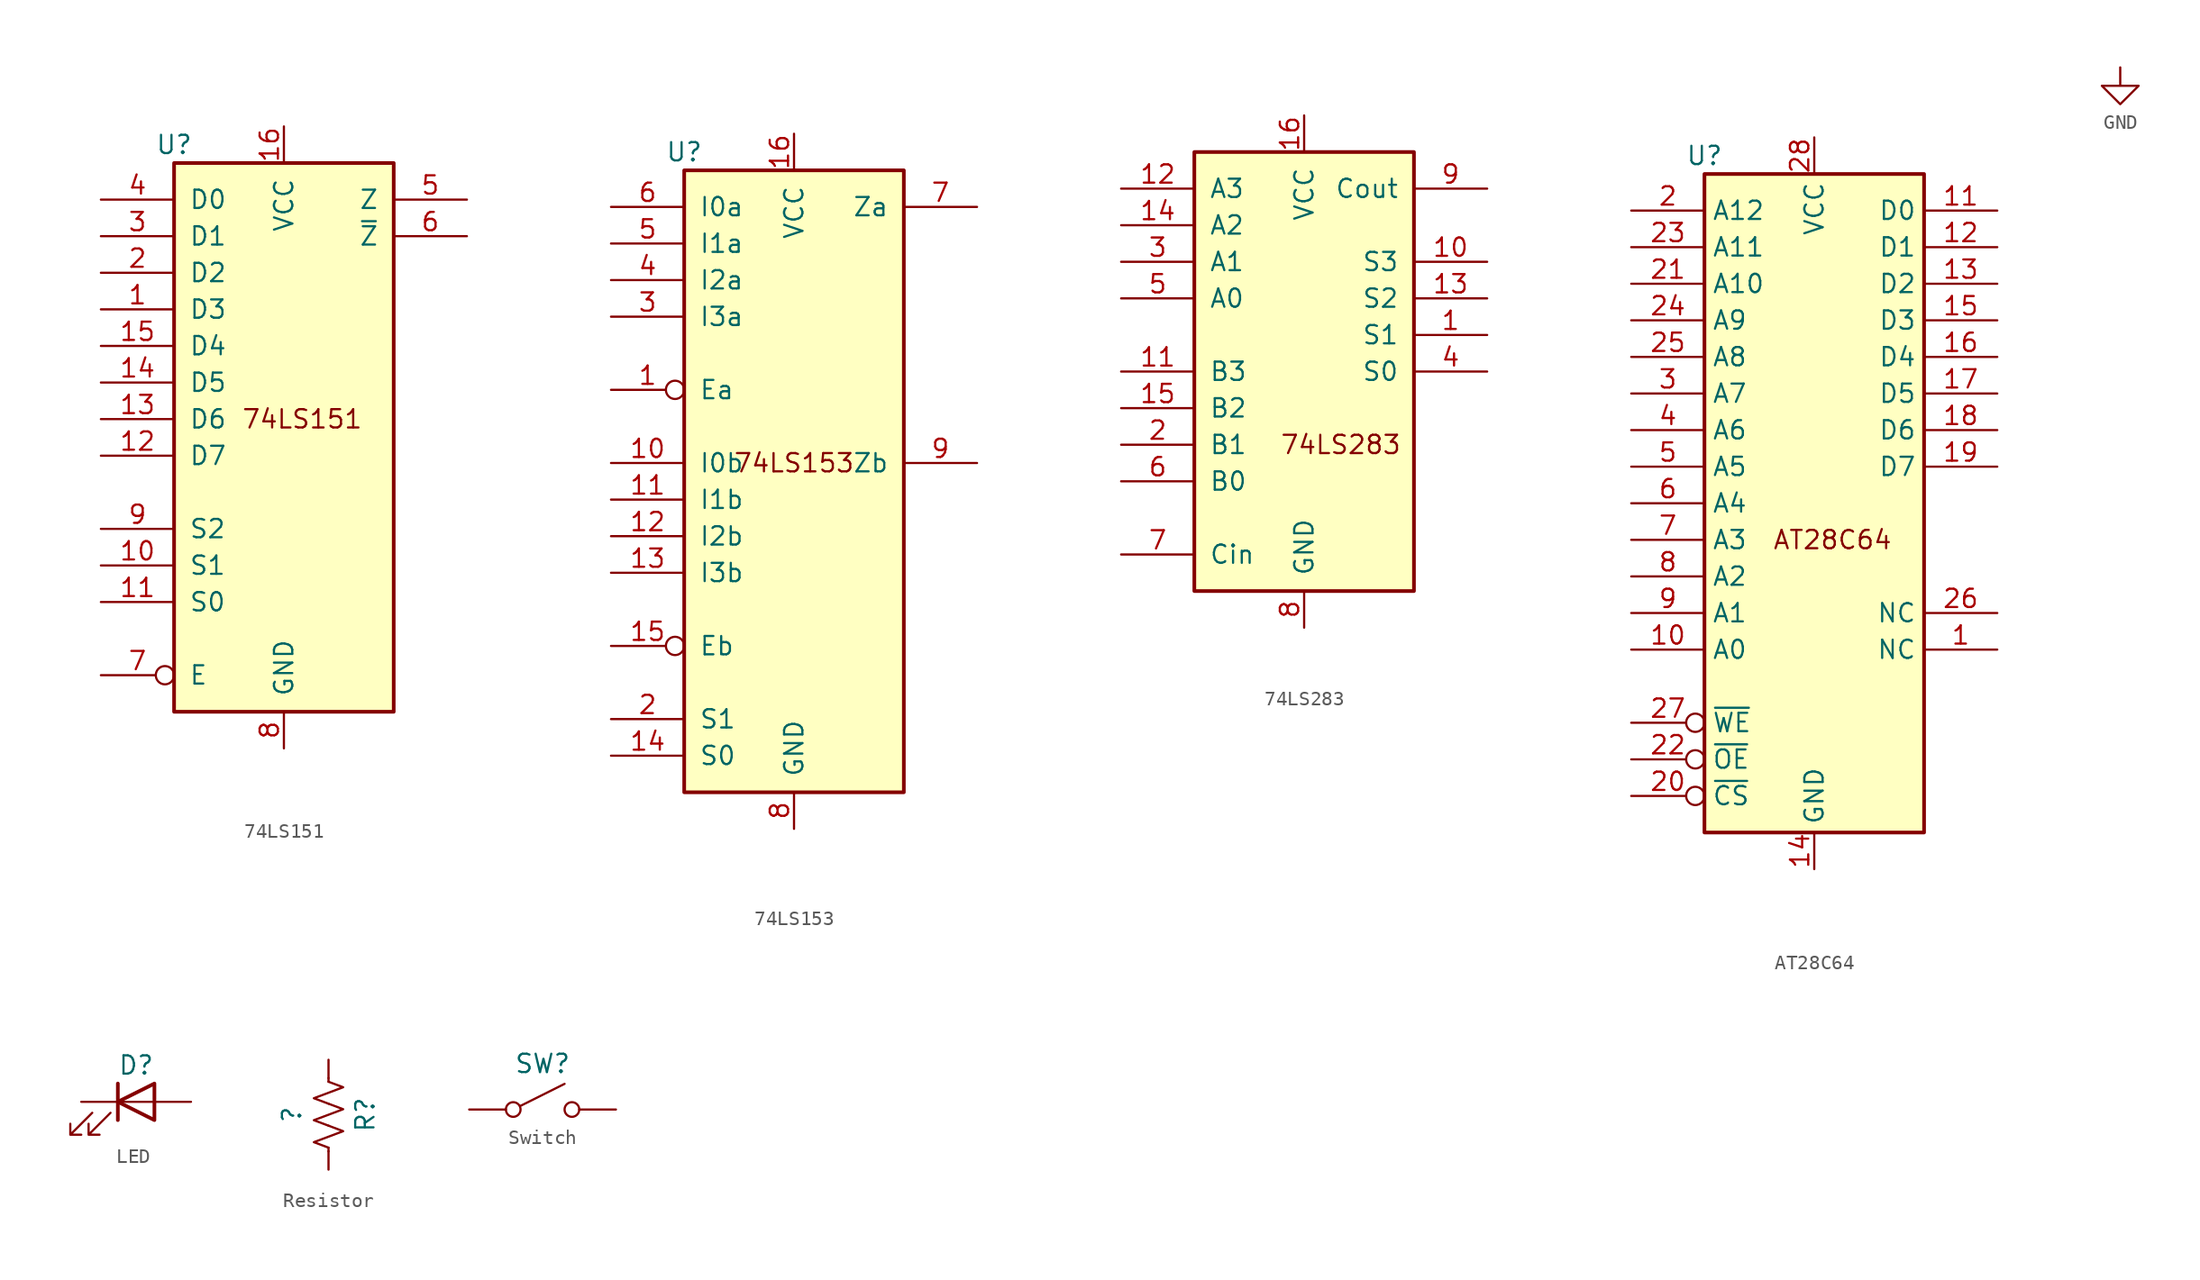
<source format=kicad_sym>
(kicad_symbol_lib
  (version 20220914)
  (generator kicad_symbol_editor)
  (symbol "74LS151"
    (pin_names
      (offset 1.016))
    (property "Reference" "U"
      (at -7.62 19.05 0)
      (effects (font (size 1.27 1.27))))
    (symbol "74LS151_1_0"
      (pin input line (at -12.7 7.62 0) (length 5.08) (name "D3" (effects (font (size 1.27 1.27)))) (number "1" (effects (font (size 1.27 1.27)))))
      (pin input line (at -12.7 -10.16 0) (length 5.08) (name "S1" (effects (font (size 1.27 1.27)))) (number "10" (effects (font (size 1.27 1.27)))))
      (pin input line (at -12.7 -12.7 0) (length 5.08) (name "S0" (effects (font (size 1.27 1.27)))) (number "11" (effects (font (size 1.27 1.27)))))
      (pin input line (at -12.7 -2.54 0) (length 5.08) (name "D7" (effects (font (size 1.27 1.27)))) (number "12" (effects (font (size 1.27 1.27)))))
      (pin input line (at -12.7 0 0) (length 5.08) (name "D6" (effects (font (size 1.27 1.27)))) (number "13" (effects (font (size 1.27 1.27)))))
      (pin input line (at -12.7 2.54 0) (length 5.08) (name "D5" (effects (font (size 1.27 1.27)))) (number "14" (effects (font (size 1.27 1.27)))))
      (pin input line (at -12.7 5.08 0) (length 5.08) (name "D4" (effects (font (size 1.27 1.27)))) (number "15" (effects (font (size 1.27 1.27)))))
      (pin power_in line (at 0 20.32 270) (length 2.54) (name "VCC" (effects (font (size 1.27 1.27)))) (number "16" (effects (font (size 1.27 1.27)))))
      (pin input line (at -12.7 10.16 0) (length 5.08) (name "D2" (effects (font (size 1.27 1.27)))) (number "2" (effects (font (size 1.27 1.27)))))
      (pin input line (at -12.7 12.7 0) (length 5.08) (name "D1" (effects (font (size 1.27 1.27)))) (number "3" (effects (font (size 1.27 1.27)))))
      (pin input line (at -12.7 15.24 0) (length 5.08) (name "D0" (effects (font (size 1.27 1.27)))) (number "4" (effects (font (size 1.27 1.27)))))
      (pin output line (at 12.7 15.24 180) (length 5.08) (name "Z" (effects (font (size 1.27 1.27)))) (number "5" (effects (font (size 1.27 1.27)))))
      (pin output line (at 12.7 12.7 180) (length 5.08) (name "~{Z}" (effects (font (size 1.27 1.27)))) (number "6" (effects (font (size 1.27 1.27)))))
      (pin input inverted (at -12.7 -17.78 0) (length 5.08) (name "E" (effects (font (size 1.27 1.27)))) (number "7" (effects (font (size 1.27 1.27)))))
      (pin power_in line (at 0 -22.86 90) (length 2.54) (name "GND" (effects (font (size 1.27 1.27)))) (number "8" (effects (font (size 1.27 1.27)))))
      (pin input line (at -12.7 -7.62 0) (length 5.08) (name "S2" (effects (font (size 1.27 1.27)))) (number "9" (effects (font (size 1.27 1.27))))))
    (symbol "74LS151_1_1"
      (rectangle (start -7.62 17.78) (end 7.62 -20.32) (stroke (width 0.254) (type default)) (fill (type background)))
      (text "74LS151" (at 1.27 0 0) (effects (font (size 1.27 1.27))))))
  (symbol "74LS153"
    (pin_names
      (offset 1.016))
    (property "Reference" "U"
      (at -7.62 21.59 0)
      (effects (font (size 1.27 1.27))))
    (symbol "74LS153_1_0"
      (pin input inverted (at -12.7 5.08 0) (length 5.08) (name "Ea" (effects (font (size 1.27 1.27)))) (number "1" (effects (font (size 1.27 1.27)))))
      (pin input line (at -12.7 0 0) (length 5.08) (name "I0b" (effects (font (size 1.27 1.27)))) (number "10" (effects (font (size 1.27 1.27)))))
      (pin input line (at -12.7 -2.54 0) (length 5.08) (name "I1b" (effects (font (size 1.27 1.27)))) (number "11" (effects (font (size 1.27 1.27)))))
      (pin input line (at -12.7 -5.08 0) (length 5.08) (name "I2b" (effects (font (size 1.27 1.27)))) (number "12" (effects (font (size 1.27 1.27)))))
      (pin input line (at -12.7 -7.62 0) (length 5.08) (name "I3b" (effects (font (size 1.27 1.27)))) (number "13" (effects (font (size 1.27 1.27)))))
      (pin input line (at -12.7 -20.32 0) (length 5.08) (name "S0" (effects (font (size 1.27 1.27)))) (number "14" (effects (font (size 1.27 1.27)))))
      (pin input inverted (at -12.7 -12.7 0) (length 5.08) (name "Eb" (effects (font (size 1.27 1.27)))) (number "15" (effects (font (size 1.27 1.27)))))
      (pin power_in line (at 0 22.86 270) (length 2.54) (name "VCC" (effects (font (size 1.27 1.27)))) (number "16" (effects (font (size 1.27 1.27)))))
      (pin input line (at -12.7 -17.78 0) (length 5.08) (name "S1" (effects (font (size 1.27 1.27)))) (number "2" (effects (font (size 1.27 1.27)))))
      (pin input line (at -12.7 10.16 0) (length 5.08) (name "I3a" (effects (font (size 1.27 1.27)))) (number "3" (effects (font (size 1.27 1.27)))))
      (pin input line (at -12.7 12.7 0) (length 5.08) (name "I2a" (effects (font (size 1.27 1.27)))) (number "4" (effects (font (size 1.27 1.27)))))
      (pin input line (at -12.7 15.24 0) (length 5.08) (name "I1a" (effects (font (size 1.27 1.27)))) (number "5" (effects (font (size 1.27 1.27)))))
      (pin input line (at -12.7 17.78 0) (length 5.08) (name "I0a" (effects (font (size 1.27 1.27)))) (number "6" (effects (font (size 1.27 1.27)))))
      (pin output line (at 12.7 17.78 180) (length 5.08) (name "Za" (effects (font (size 1.27 1.27)))) (number "7" (effects (font (size 1.27 1.27)))))
      (pin power_in line (at 0 -25.4 90) (length 2.54) (name "GND" (effects (font (size 1.27 1.27)))) (number "8" (effects (font (size 1.27 1.27)))))
      (pin output line (at 12.7 0 180) (length 5.08) (name "Zb" (effects (font (size 1.27 1.27)))) (number "9" (effects (font (size 1.27 1.27))))))
    (symbol "74LS153_1_1"
      (rectangle (start -7.62 20.32) (end 7.62 -22.86) (stroke (width 0.254) (type default)) (fill (type background)))
      (text "74LS153" (at 0 0 0) (effects (font (size 1.27 1.27))))))
  (symbol "74LS283"
    (pin_names
      (offset 1.016))
    (property "Reference" "U"
      (at -7.62 16.51 0)
      (effects (font (size 1.27 1.27)) hide))
    (symbol "74LS283_1_0"
      (pin output line (at 12.7 2.54 180) (length 5.08) (name "S1" (effects (font (size 1.27 1.27)))) (number "1" (effects (font (size 1.27 1.27)))))
      (pin output line (at 12.7 7.62 180) (length 5.08) (name "S3" (effects (font (size 1.27 1.27)))) (number "10" (effects (font (size 1.27 1.27)))))
      (pin input line (at -12.7 0 0) (length 5.08) (name "B3" (effects (font (size 1.27 1.27)))) (number "11" (effects (font (size 1.27 1.27)))))
      (pin input line (at -12.7 12.7 0) (length 5.08) (name "A3" (effects (font (size 1.27 1.27)))) (number "12" (effects (font (size 1.27 1.27)))))
      (pin output line (at 12.7 5.08 180) (length 5.08) (name "S2" (effects (font (size 1.27 1.27)))) (number "13" (effects (font (size 1.27 1.27)))))
      (pin input line (at -12.7 10.16 0) (length 5.08) (name "A2" (effects (font (size 1.27 1.27)))) (number "14" (effects (font (size 1.27 1.27)))))
      (pin input line (at -12.7 -2.54 0) (length 5.08) (name "B2" (effects (font (size 1.27 1.27)))) (number "15" (effects (font (size 1.27 1.27)))))
      (pin power_in line (at 0 17.78 270) (length 2.54) (name "VCC" (effects (font (size 1.27 1.27)))) (number "16" (effects (font (size 1.27 1.27)))))
      (pin input line (at -12.7 -5.08 0) (length 5.08) (name "B1" (effects (font (size 1.27 1.27)))) (number "2" (effects (font (size 1.27 1.27)))))
      (pin input line (at -12.7 7.62 0) (length 5.08) (name "A1" (effects (font (size 1.27 1.27)))) (number "3" (effects (font (size 1.27 1.27)))))
      (pin output line (at 12.7 0 180) (length 5.08) (name "S0" (effects (font (size 1.27 1.27)))) (number "4" (effects (font (size 1.27 1.27)))))
      (pin input line (at -12.7 5.08 0) (length 5.08) (name "A0" (effects (font (size 1.27 1.27)))) (number "5" (effects (font (size 1.27 1.27)))))
      (pin input line (at -12.7 -7.62 0) (length 5.08) (name "B0" (effects (font (size 1.27 1.27)))) (number "6" (effects (font (size 1.27 1.27)))))
      (pin input line (at -12.7 -12.7 0) (length 5.08) (name "Cin" (effects (font (size 1.27 1.27)))) (number "7" (effects (font (size 1.27 1.27)))))
      (pin power_in line (at 0 -17.78 90) (length 2.54) (name "GND" (effects (font (size 1.27 1.27)))) (number "8" (effects (font (size 1.27 1.27)))))
      (pin output line (at 12.7 12.7 180) (length 5.08) (name "Cout" (effects (font (size 1.27 1.27)))) (number "9" (effects (font (size 1.27 1.27))))))
    (symbol "74LS283_1_1"
      (rectangle (start -7.62 15.24) (end 7.62 -15.24) (stroke (width 0.254) (type default)) (fill (type background)))
      (text "74LS283" (at 2.54 -5.08 0) (effects (font (size 1.27 1.27))))))
  (symbol "AT28C64"
    (property "Reference" "U"
      (at -7.62 26.67 0)
      (effects (font (size 1.27 1.27))))
    (symbol "AT28C64_1_1"
      (rectangle (start -7.62 25.4) (end 7.62 -20.32) (stroke (width 0.254) (type default)) (fill (type background)))
      (text "AT28C64" (at 1.27 0 0) (effects (font (size 1.27 1.27))))
      (pin free line (at 12.7 -7.62 180) (length 5.08) (name "NC" (effects (font (size 1.27 1.27)))) (number "1" (effects (font (size 1.27 1.27)))))
      (pin input line (at -12.7 -7.62 0) (length 5.08) (name "A0" (effects (font (size 1.27 1.27)))) (number "10" (effects (font (size 1.27 1.27)))))
      (pin tri_state line (at 12.7 22.86 180) (length 5.08) (name "D0" (effects (font (size 1.27 1.27)))) (number "11" (effects (font (size 1.27 1.27)))))
      (pin tri_state line (at 12.7 20.32 180) (length 5.08) (name "D1" (effects (font (size 1.27 1.27)))) (number "12" (effects (font (size 1.27 1.27)))))
      (pin tri_state line (at 12.7 17.78 180) (length 5.08) (name "D2" (effects (font (size 1.27 1.27)))) (number "13" (effects (font (size 1.27 1.27)))))
      (pin power_in line (at 0 -22.86 90) (length 2.54) (name "GND" (effects (font (size 1.27 1.27)))) (number "14" (effects (font (size 1.27 1.27)))))
      (pin tri_state line (at 12.7 15.24 180) (length 5.08) (name "D3" (effects (font (size 1.27 1.27)))) (number "15" (effects (font (size 1.27 1.27)))))
      (pin tri_state line (at 12.7 12.7 180) (length 5.08) (name "D4" (effects (font (size 1.27 1.27)))) (number "16" (effects (font (size 1.27 1.27)))))
      (pin tri_state line (at 12.7 10.16 180) (length 5.08) (name "D5" (effects (font (size 1.27 1.27)))) (number "17" (effects (font (size 1.27 1.27)))))
      (pin tri_state line (at 12.7 7.62 180) (length 5.08) (name "D6" (effects (font (size 1.27 1.27)))) (number "18" (effects (font (size 1.27 1.27)))))
      (pin tri_state line (at 12.7 5.08 180) (length 5.08) (name "D7" (effects (font (size 1.27 1.27)))) (number "19" (effects (font (size 1.27 1.27)))))
      (pin input line (at -12.7 22.86 0) (length 5.08) (name "A12" (effects (font (size 1.27 1.27)))) (number "2" (effects (font (size 1.27 1.27)))))
      (pin input inverted (at -12.7 -17.78 0) (length 5.08) (name "~{CS}" (effects (font (size 1.27 1.27)))) (number "20" (effects (font (size 1.27 1.27)))))
      (pin input line (at -12.7 17.78 0) (length 5.08) (name "A10" (effects (font (size 1.27 1.27)))) (number "21" (effects (font (size 1.27 1.27)))))
      (pin input inverted (at -12.7 -15.24 0) (length 5.08) (name "~{OE}" (effects (font (size 1.27 1.27)))) (number "22" (effects (font (size 1.27 1.27)))))
      (pin input line (at -12.7 20.32 0) (length 5.08) (name "A11" (effects (font (size 1.27 1.27)))) (number "23" (effects (font (size 1.27 1.27)))))
      (pin input line (at -12.7 15.24 0) (length 5.08) (name "A9" (effects (font (size 1.27 1.27)))) (number "24" (effects (font (size 1.27 1.27)))))
      (pin input line (at -12.7 12.7 0) (length 5.08) (name "A8" (effects (font (size 1.27 1.27)))) (number "25" (effects (font (size 1.27 1.27)))))
      (pin free line (at 12.7 -5.08 180) (length 5.08) (name "NC" (effects (font (size 1.27 1.27)))) (number "26" (effects (font (size 1.27 1.27)))))
      (pin input inverted (at -12.7 -12.7 0) (length 5.08) (name "~{WE}" (effects (font (size 1.27 1.27)))) (number "27" (effects (font (size 1.27 1.27)))))
      (pin power_in line (at 0 27.94 270) (length 2.54) (name "VCC" (effects (font (size 1.27 1.27)))) (number "28" (effects (font (size 1.27 1.27)))))
      (pin input line (at -12.7 10.16 0) (length 5.08) (name "A7" (effects (font (size 1.27 1.27)))) (number "3" (effects (font (size 1.27 1.27)))))
      (pin input line (at -12.7 7.62 0) (length 5.08) (name "A6" (effects (font (size 1.27 1.27)))) (number "4" (effects (font (size 1.27 1.27)))))
      (pin input line (at -12.7 5.08 0) (length 5.08) (name "A5" (effects (font (size 1.27 1.27)))) (number "5" (effects (font (size 1.27 1.27)))))
      (pin input line (at -12.7 2.54 0) (length 5.08) (name "A4" (effects (font (size 1.27 1.27)))) (number "6" (effects (font (size 1.27 1.27)))))
      (pin input line (at -12.7 0 0) (length 5.08) (name "A3" (effects (font (size 1.27 1.27)))) (number "7" (effects (font (size 1.27 1.27)))))
      (pin input line (at -12.7 -2.54 0) (length 5.08) (name "A2" (effects (font (size 1.27 1.27)))) (number "8" (effects (font (size 1.27 1.27)))))
      (pin input line (at -12.7 -5.08 0) (length 5.08) (name "A1" (effects (font (size 1.27 1.27)))) (number "9" (effects (font (size 1.27 1.27)))))))
  (symbol "GND"
    (power)
    (pin_names
      (offset 0))
    (property "Reference" "#PWR"
      (at 0 -6.35 0)
      (effects (font (size 1.27 1.27)) hide))
    (symbol "GND_0_1"
      (polyline (pts (xy 0 0) (xy 0 -1.27) (xy 1.27 -1.27) (xy 0 -2.54) (xy -1.27 -1.27) (xy 0 -1.27)) (stroke (width 0) (type default)) (fill (type none))))
    (symbol "GND_1_1"
      (pin power_in line (at 0 0 270) (length 0) hide (name "GND" (effects (font (size 1.27 1.27)))) (number "1" (effects (font (size 1.27 1.27)))))))
  (symbol "LED"
    (pin_numbers hide)
    (pin_names
      (offset 1.016) hide)
    (property "Reference" "D"
      (at 0 2.54 0)
      (effects (font (size 1.27 1.27))))
    (symbol "LED_0_1"
      (polyline (pts (xy -1.27 -1.27) (xy -1.27 1.27)) (stroke (width 0.254) (type default)) (fill (type none)))
      (polyline (pts (xy -1.27 0) (xy 1.27 0)) (stroke (width 0) (type default)) (fill (type none)))
      (polyline (pts (xy 1.27 -1.27) (xy 1.27 1.27) (xy -1.27 0) (xy 1.27 -1.27)) (stroke (width 0.254) (type default)) (fill (type none)))
      (polyline (pts (xy -3.048 -0.762) (xy -4.572 -2.286) (xy -3.81 -2.286) (xy -4.572 -2.286) (xy -4.572 -1.524)) (stroke (width 0) (type default)) (fill (type none)))
      (polyline (pts (xy -1.778 -0.762) (xy -3.302 -2.286) (xy -2.54 -2.286) (xy -3.302 -2.286) (xy -3.302 -1.524)) (stroke (width 0) (type default)) (fill (type none))))
    (symbol "LED_1_1"
      (pin passive line (at -3.81 0 0) (length 2.54) (name "K" (effects (font (size 1.27 1.27)))) (number "1" (effects (font (size 1.27 1.27)))))
      (pin passive line (at 3.81 0 180) (length 2.54) (name "A" (effects (font (size 1.27 1.27)))) (number "2" (effects (font (size 1.27 1.27)))))))
  (symbol "Resistor"
    (pin_numbers hide)
    (pin_names
      (offset 0))
    (property "Reference" "R"
      (at 2.54 0 90)
      (effects (font (size 1.27 1.27))))
    (property "Value" "?"
      (at -2.54 0 90)
      (effects (font (size 1.27 1.27))))
    (symbol "Resistor_0_1"
      (polyline (pts (xy 0 -2.286) (xy 0 -2.54)) (stroke (width 0) (type default)) (fill (type none)))
      (polyline (pts (xy 0 2.286) (xy 0 2.54)) (stroke (width 0) (type default)) (fill (type none)))
      (polyline (pts (xy 0 -0.762) (xy 1.016 -1.143) (xy 0 -1.524) (xy -1.016 -1.905) (xy 0 -2.286)) (stroke (width 0) (type default)) (fill (type none)))
      (polyline (pts (xy 0 0.762) (xy 1.016 0.381) (xy 0 0) (xy -1.016 -0.381) (xy 0 -0.762)) (stroke (width 0) (type default)) (fill (type none)))
      (polyline (pts (xy 0 2.286) (xy 1.016 1.905) (xy 0 1.524) (xy -1.016 1.143) (xy 0 0.762)) (stroke (width 0) (type default)) (fill (type none))))
    (symbol "Resistor_1_1"
      (pin passive line (at 0 3.81 270) (length 1.27) (name "~" (effects (font (size 1.27 1.27)))) (number "1" (effects (font (size 1.27 1.27)))))
      (pin passive line (at 0 -3.81 90) (length 1.27) (name "~" (effects (font (size 1.27 1.27)))) (number "2" (effects (font (size 1.27 1.27)))))))
  (symbol "Switch"
    (pin_numbers hide)
    (pin_names
      (offset 0) hide)
    (property "Reference" "SW"
      (at 0 3.175 0)
      (effects (font (size 1.27 1.27))))
    (symbol "Switch_0_0"
      (circle (center -2.032 0) (radius 0.508) (stroke (width 0) (type default)) (fill (type none)))
      (polyline (pts (xy -1.524 0.254) (xy 1.524 1.778)) (stroke (width 0) (type default)) (fill (type none)))
      (circle (center 2.032 0) (radius 0.508) (stroke (width 0) (type default)) (fill (type none))))
    (symbol "Switch_1_1"
      (pin passive line (at -5.08 0 0) (length 2.54) (name "A" (effects (font (size 1.27 1.27)))) (number "1" (effects (font (size 1.27 1.27)))))
      (pin passive line (at 5.08 0 180) (length 2.54) (name "B" (effects (font (size 1.27 1.27)))) (number "2" (effects (font (size 1.27 1.27))))))))
</source>
